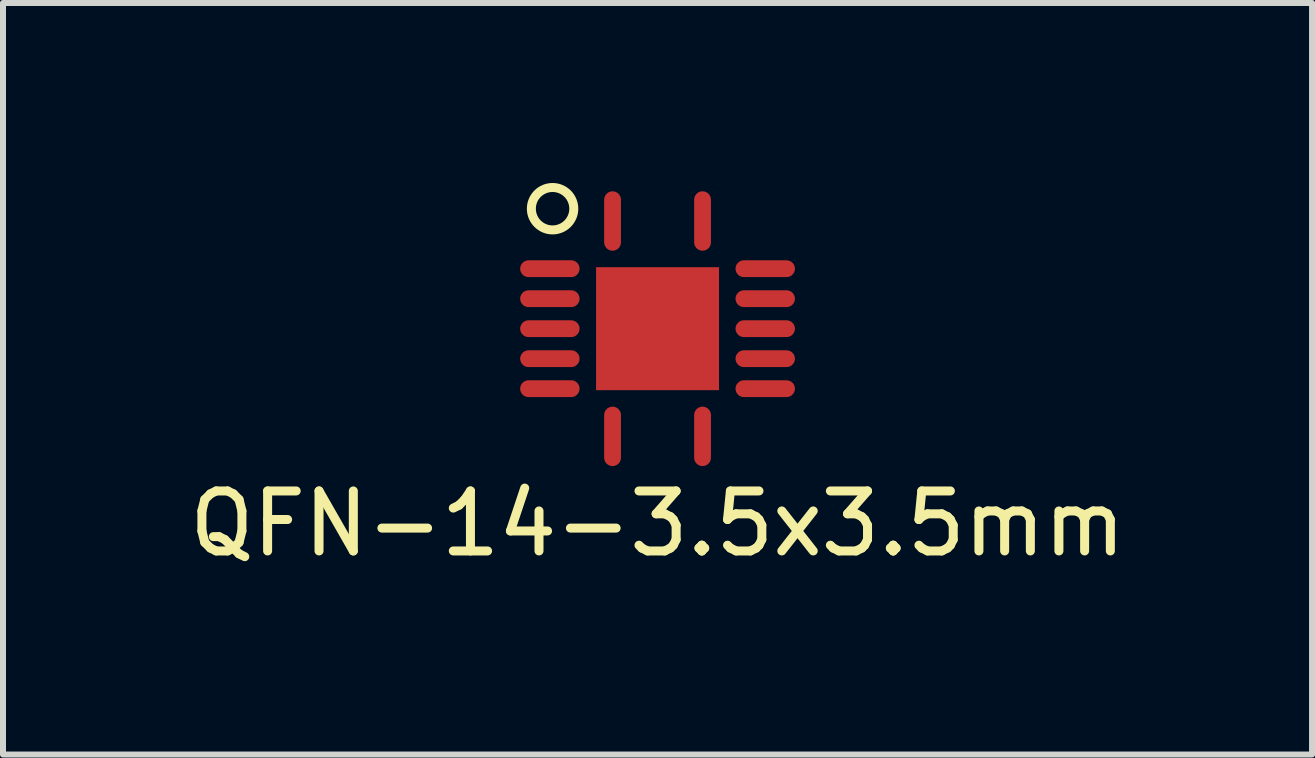
<source format=kicad_pcb>
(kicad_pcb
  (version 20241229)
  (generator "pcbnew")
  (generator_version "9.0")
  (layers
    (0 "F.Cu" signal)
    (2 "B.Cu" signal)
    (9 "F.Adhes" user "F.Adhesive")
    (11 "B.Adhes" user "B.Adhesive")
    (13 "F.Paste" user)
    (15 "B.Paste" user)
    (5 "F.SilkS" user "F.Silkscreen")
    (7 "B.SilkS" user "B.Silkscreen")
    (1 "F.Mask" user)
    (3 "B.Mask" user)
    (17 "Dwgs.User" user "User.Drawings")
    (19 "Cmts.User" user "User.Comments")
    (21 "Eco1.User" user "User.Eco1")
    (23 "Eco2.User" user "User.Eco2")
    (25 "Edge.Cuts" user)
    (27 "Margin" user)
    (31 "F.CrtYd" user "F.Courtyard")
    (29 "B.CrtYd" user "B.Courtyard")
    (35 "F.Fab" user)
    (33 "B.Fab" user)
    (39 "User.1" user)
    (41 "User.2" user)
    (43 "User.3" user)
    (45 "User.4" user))
  (footprint "QFN-14-3.5x3.5mm"
    (layer "F.Cu")
    (at 7.911 2.429)
    (property "Reference" "QFN-14-3.5x3.5mm" (at 0 3.25 0) (layer "F.SilkS") (effects (font (size 1 1) (thickness 0.15))))
    (attr through_hole)
    (fp_circle (center -1.75 -2) (end -1.5 -2.25) (stroke (width 0.15) (type solid)) (fill no) (layer "F.SilkS"))
    (pad "1" smd oval (at -0.75 -1.795) (size 0.28 0.99) (layers "F.Cu" "F.Mask" "F.Paste"))
    (pad "2" smd oval (at -1.795 -1) (size 0.99 0.28) (layers "F.Cu" "F.Mask" "F.Paste"))
    (pad "3" smd oval (at -1.795 -0.5) (size 0.99 0.28) (layers "F.Cu" "F.Mask" "F.Paste"))
    (pad "4" smd oval (at -1.795 0) (size 0.99 0.28) (layers "F.Cu" "F.Mask" "F.Paste"))
    (pad "5" smd oval (at -1.795 0.5) (size 0.99 0.28) (layers "F.Cu" "F.Mask" "F.Paste"))
    (pad "6" smd oval (at -1.795 1) (size 0.99 0.28) (layers "F.Cu" "F.Mask" "F.Paste"))
    (pad "7" smd oval (at -0.75 1.795) (size 0.28 0.99) (layers "F.Cu" "F.Mask" "F.Paste"))
    (pad "7" smd rect (at 0 0) (size 2.05 2.05) (layers "F.Cu" "F.Mask" "F.Paste"))
    (pad "8" smd oval (at 0.75 1.795) (size 0.28 0.99) (layers "F.Cu" "F.Mask" "F.Paste"))
    (pad "9" smd oval (at 1.795 1) (size 0.99 0.28) (layers "F.Cu" "F.Mask" "F.Paste"))
    (pad "10" smd oval (at 1.795 0.5) (size 0.99 0.28) (layers "F.Cu" "F.Mask" "F.Paste"))
    (pad "11" smd oval (at 1.795 0) (size 0.99 0.28) (layers "F.Cu" "F.Mask" "F.Paste"))
    (pad "12" smd oval (at 1.795 -0.5) (size 0.99 0.28) (layers "F.Cu" "F.Mask" "F.Paste"))
    (pad "13" smd oval (at 1.795 -1) (size 0.99 0.28) (layers "F.Cu" "F.Mask" "F.Paste"))
    (pad "14" smd oval (at 0.75 -1.795) (size 0.28 0.99) (layers "F.Cu" "F.Mask" "F.Paste")))
  (gr_rect
    (start -3 -3)
    (end 18.821 9.527)
    (stroke (width 0.1) (type default))
    (fill no)
    (layer "Edge.Cuts")))
</source>
